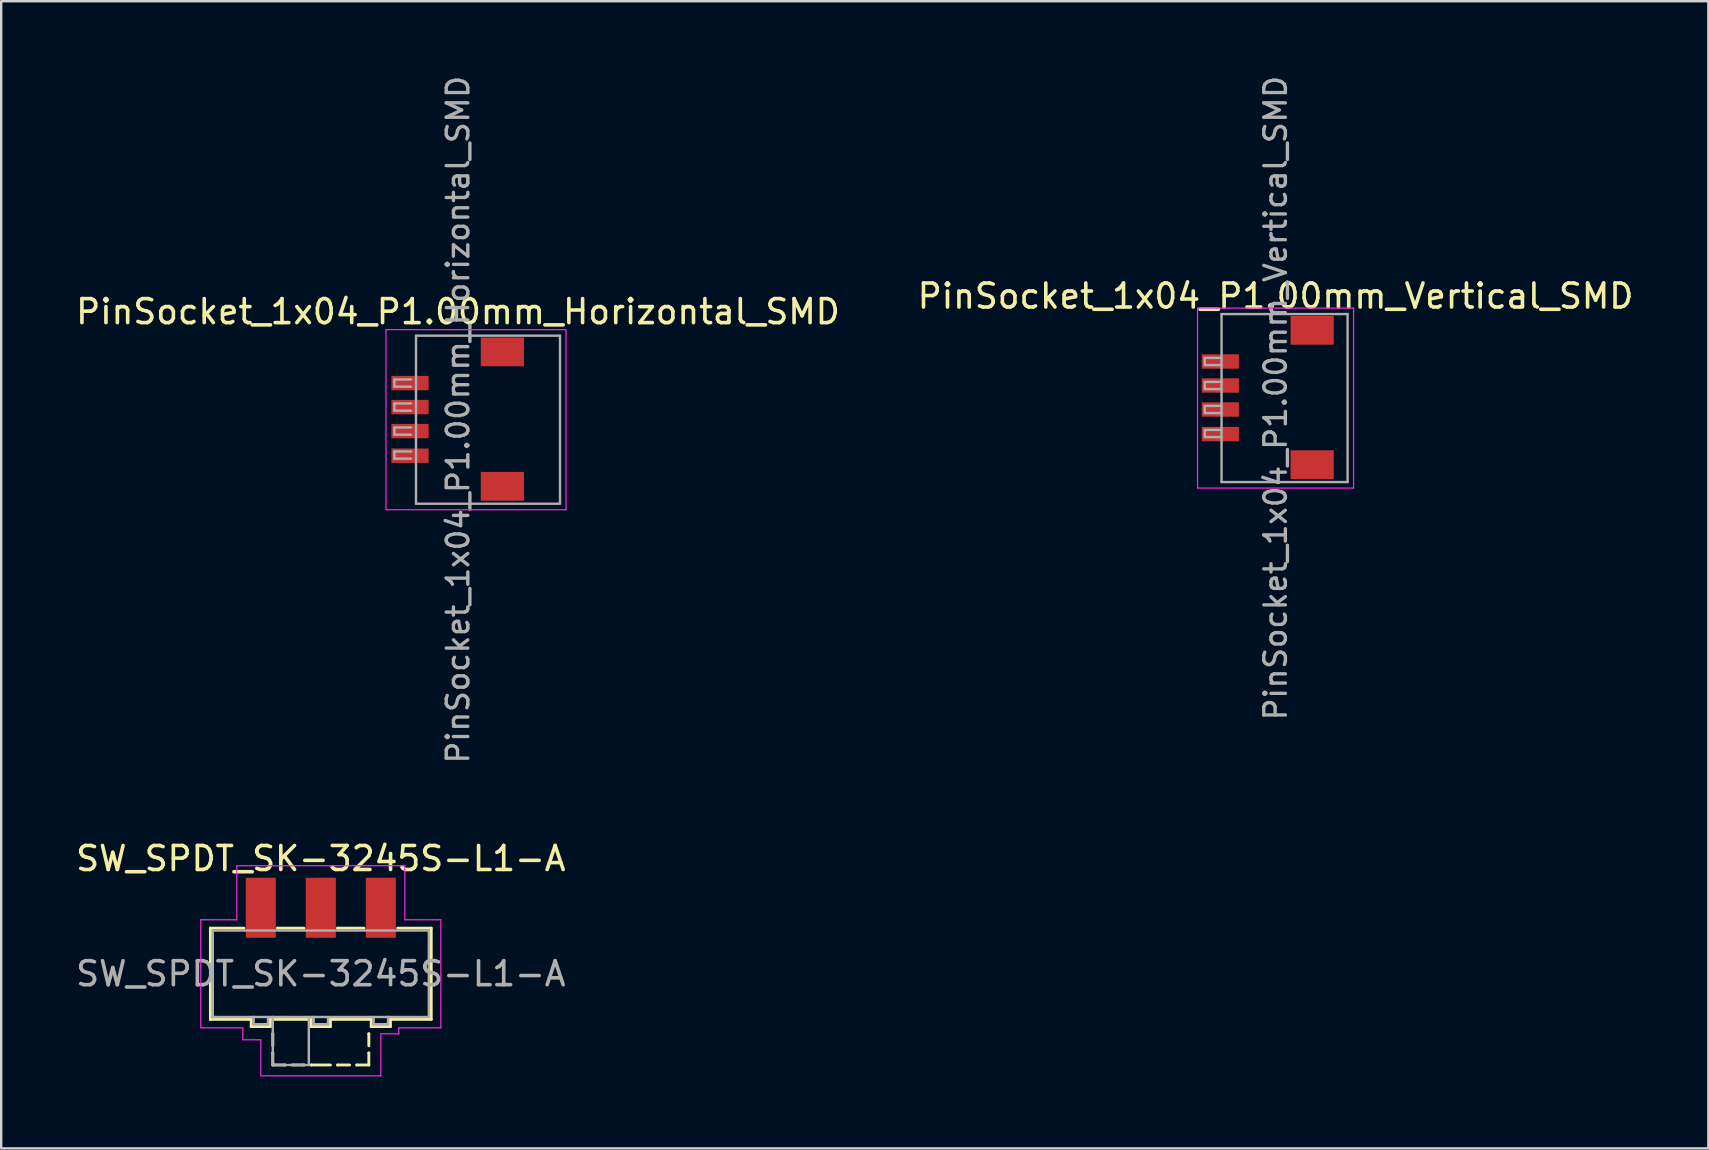
<source format=kicad_pcb>
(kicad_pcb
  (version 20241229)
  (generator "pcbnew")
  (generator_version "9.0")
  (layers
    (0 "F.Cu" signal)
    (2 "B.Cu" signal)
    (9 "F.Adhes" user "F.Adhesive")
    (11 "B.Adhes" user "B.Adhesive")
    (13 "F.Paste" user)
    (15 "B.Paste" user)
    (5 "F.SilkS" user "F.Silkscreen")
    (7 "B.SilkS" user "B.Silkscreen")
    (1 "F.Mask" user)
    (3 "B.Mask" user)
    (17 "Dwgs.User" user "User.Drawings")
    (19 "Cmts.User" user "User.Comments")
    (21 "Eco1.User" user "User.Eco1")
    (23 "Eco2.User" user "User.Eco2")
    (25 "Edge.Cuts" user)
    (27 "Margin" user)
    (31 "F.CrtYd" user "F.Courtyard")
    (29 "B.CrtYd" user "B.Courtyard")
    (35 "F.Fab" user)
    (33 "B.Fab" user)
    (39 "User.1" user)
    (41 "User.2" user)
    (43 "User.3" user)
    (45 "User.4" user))
  (footprint "SW_SPDT_SK-3245S-L1-A"
    (layer "F.Cu")
    (at 10.315 37.517)
    (property "Reference" "SW_SPDT_SK-3245S-L1-A" (at 0 -4.8 0) (layer "F.SilkS") (effects (font (size 1 1) (thickness 0.15))))
    (attr smd)
    (fp_line (start -4.6 -1.9) (end -3.2 -1.9) (stroke (width 0.12) (type solid)) (layer "F.SilkS"))
    (fp_line (start -4.6 1.9) (end -4.6 -1.9) (stroke (width 0.12) (type solid)) (layer "F.SilkS"))
    (fp_line (start -4.6 1.9) (end -4.6 1.9) (stroke (width 0.12) (type solid)) (layer "F.SilkS"))
    (fp_line (start -2.9 1.9) (end -4.6 1.9) (stroke (width 0.12) (type solid)) (layer "F.SilkS"))
    (fp_line (start -2.9 2.2) (end -2.9 1.9) (stroke (width 0.12) (type solid)) (layer "F.SilkS"))
    (fp_line (start -2.1 1.9) (end -2.1 2.2) (stroke (width 0.12) (type solid)) (layer "F.SilkS"))
    (fp_line (start -2.1 2.2) (end -2.9 2.2) (stroke (width 0.12) (type solid)) (layer "F.SilkS"))
    (fp_line (start -2 2.5) (end -2 2.5) (stroke (width 0.12) (type solid)) (layer "F.SilkS"))
    (fp_line (start -2 3) (end -2 2.5) (stroke (width 0.12) (type solid)) (layer "F.SilkS"))
    (fp_line (start -2 3.3) (end -2 3.3) (stroke (width 0.12) (type solid)) (layer "F.SilkS"))
    (fp_line (start -2 3.8) (end -2 3.3) (stroke (width 0.12) (type solid)) (layer "F.SilkS"))
    (fp_line (start -2 3.8) (end -1.5 3.8) (stroke (width 0.12) (type solid)) (layer "F.SilkS"))
    (fp_line (start -1.8 -1.9) (end -1.8 -1.9) (stroke (width 0.12) (type solid)) (layer "F.SilkS"))
    (fp_line (start -1.5 3.8) (end -1.5 3.8) (stroke (width 0.12) (type solid)) (layer "F.SilkS"))
    (fp_line (start -1.2 3.8) (end -0.7 3.8) (stroke (width 0.12) (type solid)) (layer "F.SilkS"))
    (fp_line (start -0.7 -1.9) (end -1.8 -1.9) (stroke (width 0.12) (type solid)) (layer "F.SilkS"))
    (fp_line (start -0.7 3.8) (end -0.7 3.8) (stroke (width 0.12) (type solid)) (layer "F.SilkS"))
    (fp_line (start -0.4 1.9) (end -2.1 1.9) (stroke (width 0.12) (type solid)) (layer "F.SilkS"))
    (fp_line (start -0.4 2.2) (end -0.4 1.9) (stroke (width 0.12) (type solid)) (layer "F.SilkS"))
    (fp_line (start -0.4 3.8) (end -0.4 3.8) (stroke (width 0.12) (type solid)) (layer "F.SilkS"))
    (fp_line (start 0.4 1.9) (end 0.4 2.2) (stroke (width 0.12) (type solid)) (layer "F.SilkS"))
    (fp_line (start 0.4 2.2) (end -0.4 2.2) (stroke (width 0.12) (type solid)) (layer "F.SilkS"))
    (fp_line (start 0.4 3.8) (end -0.4 3.8) (stroke (width 0.12) (type solid)) (layer "F.SilkS"))
    (fp_line (start 0.7 -1.9) (end 0.7 -1.9) (stroke (width 0.12) (type solid)) (layer "F.SilkS"))
    (fp_line (start 0.7 3.8) (end 0.7 3.8) (stroke (width 0.12) (type solid)) (layer "F.SilkS"))
    (fp_line (start 1.2 3.8) (end 0.7 3.8) (stroke (width 0.12) (type solid)) (layer "F.SilkS"))
    (fp_line (start 1.5 3.8) (end 1.5 3.8) (stroke (width 0.12) (type solid)) (layer "F.SilkS"))
    (fp_line (start 1.8 -1.9) (end 0.7 -1.9) (stroke (width 0.12) (type solid)) (layer "F.SilkS"))
    (fp_line (start 2 2.5) (end 2 2.5) (stroke (width 0.12) (type solid)) (layer "F.SilkS"))
    (fp_line (start 2 3) (end 2 2.5) (stroke (width 0.12) (type solid)) (layer "F.SilkS"))
    (fp_line (start 2 3.3) (end 2 3.3) (stroke (width 0.12) (type solid)) (layer "F.SilkS"))
    (fp_line (start 2 3.8) (end 1.5 3.8) (stroke (width 0.12) (type solid)) (layer "F.SilkS"))
    (fp_line (start 2 3.8) (end 2 3.3) (stroke (width 0.12) (type solid)) (layer "F.SilkS"))
    (fp_line (start 2.1 1.9) (end 0.4 1.9) (stroke (width 0.12) (type solid)) (layer "F.SilkS"))
    (fp_line (start 2.1 2.2) (end 2.1 1.9) (stroke (width 0.12) (type solid)) (layer "F.SilkS"))
    (fp_line (start 2.9 1.9) (end 2.9 2.2) (stroke (width 0.12) (type solid)) (layer "F.SilkS"))
    (fp_line (start 2.9 2.2) (end 2.1 2.2) (stroke (width 0.12) (type solid)) (layer "F.SilkS"))
    (fp_line (start 3.2 -1.9) (end 4.6 -1.9) (stroke (width 0.12) (type solid)) (layer "F.SilkS"))
    (fp_line (start 4.6 -1.9) (end 4.6 1.9) (stroke (width 0.12) (type solid)) (layer "F.SilkS"))
    (fp_line (start 4.6 1.9) (end 2.9 1.9) (stroke (width 0.12) (type solid)) (layer "F.SilkS"))
    (fp_line (start -5 -2.25) (end -5 -2.25) (stroke (width 0.05) (type solid)) (layer "F.CrtYd"))
    (fp_line (start -5 -2.25) (end -5 2.25) (stroke (width 0.05) (type solid)) (layer "F.CrtYd"))
    (fp_line (start -5 2.25) (end -3.25 2.25) (stroke (width 0.05) (type solid)) (layer "F.CrtYd"))
    (fp_line (start -3.5 -4.5) (end -3.5 -2.25) (stroke (width 0.05) (type solid)) (layer "F.CrtYd"))
    (fp_line (start -3.5 -2.25) (end -5 -2.25) (stroke (width 0.05) (type solid)) (layer "F.CrtYd"))
    (fp_line (start -3.25 2.25) (end -3.25 2.75) (stroke (width 0.05) (type solid)) (layer "F.CrtYd"))
    (fp_line (start -3.25 2.75) (end -2.5 2.75) (stroke (width 0.05) (type solid)) (layer "F.CrtYd"))
    (fp_line (start -2.5 2.75) (end -2.5 4.25) (stroke (width 0.05) (type solid)) (layer "F.CrtYd"))
    (fp_line (start -2.5 4.25) (end 2.5 4.25) (stroke (width 0.05) (type solid)) (layer "F.CrtYd"))
    (fp_line (start 2.5 2.5) (end 3.25 2.5) (stroke (width 0.05) (type solid)) (layer "F.CrtYd"))
    (fp_line (start 2.5 4.25) (end 2.5 2.5) (stroke (width 0.05) (type solid)) (layer "F.CrtYd"))
    (fp_line (start 3.25 2.25) (end 5 2.25) (stroke (width 0.05) (type solid)) (layer "F.CrtYd"))
    (fp_line (start 3.25 2.5) (end 3.25 2.25) (stroke (width 0.05) (type solid)) (layer "F.CrtYd"))
    (fp_line (start 3.5 -4.5) (end -3.5 -4.5) (stroke (width 0.05) (type solid)) (layer "F.CrtYd"))
    (fp_line (start 3.5 -2.25) (end 3.5 -4.5) (stroke (width 0.05) (type solid)) (layer "F.CrtYd"))
    (fp_line (start 5 -2.25) (end 3.5 -2.25) (stroke (width 0.05) (type solid)) (layer "F.CrtYd"))
    (fp_line (start 5 2.25) (end 5 -2.25) (stroke (width 0.05) (type solid)) (layer "F.CrtYd"))
    (fp_line (start -4.5 -1.8) (end -4.5 1.8) (stroke (width 0.1) (type solid)) (layer "F.Fab"))
    (fp_line (start -4.5 -1.8) (end 4.5 -1.8) (stroke (width 0.1) (type solid)) (layer "F.Fab"))
    (fp_line (start -4.5 1.8) (end -4.5 1.8) (stroke (width 0.1) (type solid)) (layer "F.Fab"))
    (fp_line (start -4.5 1.8) (end -4.5 1.8) (stroke (width 0.1) (type solid)) (layer "F.Fab"))
    (fp_line (start -4.4 1.8) (end -4.5 1.8) (stroke (width 0.1) (type solid)) (layer "F.Fab"))
    (fp_line (start -2.8 1.8) (end -2.8 1.8) (stroke (width 0.1) (type solid)) (layer "F.Fab"))
    (fp_line (start -2.8 2.1) (end -2.8 1.8) (stroke (width 0.1) (type solid)) (layer "F.Fab"))
    (fp_line (start -2.2 1.8) (end -2.2 2.1) (stroke (width 0.1) (type solid)) (layer "F.Fab"))
    (fp_line (start -2.2 2.1) (end -2.8 2.1) (stroke (width 0.1) (type solid)) (layer "F.Fab"))
    (fp_line (start -2 1.8) (end -2 1.8) (stroke (width 0.1) (type solid)) (layer "F.Fab"))
    (fp_line (start -2 3.8) (end -2 1.8) (stroke (width 0.1) (type solid)) (layer "F.Fab"))
    (fp_line (start -1.5 1.8) (end -1.5 1.8) (stroke (width 0.1) (type solid)) (layer "F.Fab"))
    (fp_line (start -0.5 1.8) (end -0.5 3.8) (stroke (width 0.1) (type solid)) (layer "F.Fab"))
    (fp_line (start -0.5 3.8) (end -2 3.8) (stroke (width 0.1) (type solid)) (layer "F.Fab"))
    (fp_line (start -0.3 1.8) (end -0.3 1.8) (stroke (width 0.1) (type solid)) (layer "F.Fab"))
    (fp_line (start -0.3 2.1) (end -0.3 1.8) (stroke (width 0.1) (type solid)) (layer "F.Fab"))
    (fp_line (start 0.3 1.8) (end 0.3 2.1) (stroke (width 0.1) (type solid)) (layer "F.Fab"))
    (fp_line (start 0.3 2.1) (end -0.3 2.1) (stroke (width 0.1) (type solid)) (layer "F.Fab"))
    (fp_line (start 2.2 1.8) (end 2.2 2.1) (stroke (width 0.1) (type solid)) (layer "F.Fab"))
    (fp_line (start 2.2 2.1) (end 2.8 2.1) (stroke (width 0.1) (type solid)) (layer "F.Fab"))
    (fp_line (start 2.8 1.8) (end 2.8 1.8) (stroke (width 0.1) (type solid)) (layer "F.Fab"))
    (fp_line (start 2.8 2.1) (end 2.8 1.8) (stroke (width 0.1) (type solid)) (layer "F.Fab"))
    (fp_line (start 4.5 -1.8) (end 4.5 1.8) (stroke (width 0.1) (type solid)) (layer "F.Fab"))
    (fp_line (start 4.5 1.8) (end -4.4 1.8) (stroke (width 0.1) (type solid)) (layer "F.Fab"))
    (fp_text user "${REFERENCE}" (at 0 0 0) (layer "F.Fab") (effects (font (size 1 1) (thickness 0.15))))
    (pad "1" smd rect (at -2.5 -2.75) (size 1.25 2.5) (layers "F.Cu" "F.Mask" "F.Paste"))
    (pad "2" smd rect (at 0 -2.75) (size 1.25 2.5) (layers "F.Cu" "F.Mask" "F.Paste"))
    (pad "3" smd rect (at 2.5 -2.75) (size 1.25 2.5) (layers "F.Cu" "F.Mask" "F.Paste")))
  (footprint "PinSocket_1x04_P1.00mm_Horizontal_SMD"
    (layer "F.Cu")
    (at 16.03 14.434)
    (property "Reference" "PinSocket_1x04_P1.00mm_Horizontal_SMD" (at 0 -4.5 0) (layer "F.SilkS") (effects (font (size 1 1) (thickness 0.15))))
    (attr smd)
    (fp_line (start -3 -3.75) (end 4.5 -3.75) (stroke (width 0.05) (type solid)) (layer "F.CrtYd"))
    (fp_line (start -3 3.75) (end -3 -3.75) (stroke (width 0.05) (type solid)) (layer "F.CrtYd"))
    (fp_line (start 4.5 -3.75) (end 4.5 3.75) (stroke (width 0.05) (type solid)) (layer "F.CrtYd"))
    (fp_line (start 4.5 3.75) (end -3 3.75) (stroke (width 0.05) (type solid)) (layer "F.CrtYd"))
    (fp_line (start -2.65 -1.675) (end -1.95 -1.675) (stroke (width 0.1) (type solid)) (layer "F.Fab"))
    (fp_line (start -2.65 -1.375) (end -2.65 -1.675) (stroke (width 0.1) (type solid)) (layer "F.Fab"))
    (fp_line (start -2.65 -0.675) (end -2.65 -0.375) (stroke (width 0.1) (type solid)) (layer "F.Fab"))
    (fp_line (start -2.65 -0.675) (end -1.95 -0.675) (stroke (width 0.1) (type solid)) (layer "F.Fab"))
    (fp_line (start -2.65 0.325) (end -1.95 0.325) (stroke (width 0.1) (type solid)) (layer "F.Fab"))
    (fp_line (start -2.65 0.625) (end -2.65 0.325) (stroke (width 0.1) (type solid)) (layer "F.Fab"))
    (fp_line (start -2.65 1.325) (end -2.65 1.625) (stroke (width 0.1) (type solid)) (layer "F.Fab"))
    (fp_line (start -2.65 1.325) (end -1.95 1.325) (stroke (width 0.1) (type solid)) (layer "F.Fab"))
    (fp_line (start -1.95 -1.375) (end -2.65 -1.375) (stroke (width 0.1) (type solid)) (layer "F.Fab"))
    (fp_line (start -1.95 -0.375) (end -2.65 -0.375) (stroke (width 0.1) (type solid)) (layer "F.Fab"))
    (fp_line (start -1.95 0.625) (end -2.65 0.625) (stroke (width 0.1) (type solid)) (layer "F.Fab"))
    (fp_line (start -1.95 1.625) (end -2.65 1.625) (stroke (width 0.1) (type solid)) (layer "F.Fab"))
    (fp_line (start -1.75 -3.5) (end 4.25 -3.5) (stroke (width 0.1) (type solid)) (layer "F.Fab"))
    (fp_line (start -1.75 3.5) (end -1.75 -3.5) (stroke (width 0.1) (type solid)) (layer "F.Fab"))
    (fp_line (start 4.25 -3.5) (end 4.25 3.5) (stroke (width 0.1) (type solid)) (layer "F.Fab"))
    (fp_line (start 4.25 3.5) (end -1.75 3.5) (stroke (width 0.1) (type solid)) (layer "F.Fab"))
    (fp_text user "${REFERENCE}" (at 0 0 90) (layer "F.Fab") (effects (font (size 0.9 0.9) (thickness 0.14))))
    (pad "1" smd rect (at -2 1.5) (size 1.55 0.6) (layers "F.Cu" "F.Mask" "F.Paste"))
    (pad "2" smd rect (at -2 0.475) (size 1.55 0.6) (layers "F.Cu" "F.Mask" "F.Paste"))
    (pad "3" smd rect (at -2 -0.525) (size 1.55 0.6) (layers "F.Cu" "F.Mask" "F.Paste"))
    (pad "4" smd rect (at -2 -1.525) (size 1.55 0.6) (layers "F.Cu" "F.Mask" "F.Paste"))
    (pad "5" smd rect (at 1.85 -2.825) (size 1.8 1.2) (layers "F.Cu" "F.Mask" "F.Paste"))
    (pad "6" smd rect (at 1.85 2.775) (size 1.8 1.2) (layers "F.Cu" "F.Mask" "F.Paste")))
  (footprint "PinSocket_1x04_P1.00mm_Vertical_SMD"
    (layer "F.Cu")
    (at 50.089 13.534)
    (property "Reference" "PinSocket_1x04_P1.00mm_Vertical_SMD" (at 0 -4.25 0) (layer "F.SilkS") (effects (font (size 1 1) (thickness 0.15))))
    (attr smd)
    (fp_line (start -3.25 -3.75) (end 3.25 -3.75) (stroke (width 0.05) (type solid)) (layer "F.CrtYd"))
    (fp_line (start -3.25 3.75) (end -3.25 -3.75) (stroke (width 0.05) (type solid)) (layer "F.CrtYd"))
    (fp_line (start 3.25 -3.75) (end 3.25 3.75) (stroke (width 0.05) (type solid)) (layer "F.CrtYd"))
    (fp_line (start 3.25 3.75) (end -3.25 3.75) (stroke (width 0.05) (type solid)) (layer "F.CrtYd"))
    (fp_line (start -2.95 -1.675) (end -2.25 -1.675) (stroke (width 0.1) (type solid)) (layer "F.Fab"))
    (fp_line (start -2.95 -1.375) (end -2.95 -1.675) (stroke (width 0.1) (type solid)) (layer "F.Fab"))
    (fp_line (start -2.95 -0.675) (end -2.95 -0.375) (stroke (width 0.1) (type solid)) (layer "F.Fab"))
    (fp_line (start -2.95 -0.675) (end -2.25 -0.675) (stroke (width 0.1) (type solid)) (layer "F.Fab"))
    (fp_line (start -2.95 0.325) (end -2.25 0.325) (stroke (width 0.1) (type solid)) (layer "F.Fab"))
    (fp_line (start -2.95 0.625) (end -2.95 0.325) (stroke (width 0.1) (type solid)) (layer "F.Fab"))
    (fp_line (start -2.95 1.325) (end -2.95 1.625) (stroke (width 0.1) (type solid)) (layer "F.Fab"))
    (fp_line (start -2.95 1.325) (end -2.25 1.325) (stroke (width 0.1) (type solid)) (layer "F.Fab"))
    (fp_line (start -2.25 -3.5) (end 3 -3.5) (stroke (width 0.1) (type solid)) (layer "F.Fab"))
    (fp_line (start -2.25 -1.375) (end -2.95 -1.375) (stroke (width 0.1) (type solid)) (layer "F.Fab"))
    (fp_line (start -2.25 -0.375) (end -2.95 -0.375) (stroke (width 0.1) (type solid)) (layer "F.Fab"))
    (fp_line (start -2.25 0.625) (end -2.95 0.625) (stroke (width 0.1) (type solid)) (layer "F.Fab"))
    (fp_line (start -2.25 1.625) (end -2.95 1.625) (stroke (width 0.1) (type solid)) (layer "F.Fab"))
    (fp_line (start -2.25 3.5) (end -2.25 -3.5) (stroke (width 0.1) (type solid)) (layer "F.Fab"))
    (fp_line (start 3 -3.5) (end 3 3.5) (stroke (width 0.1) (type solid)) (layer "F.Fab"))
    (fp_line (start 3 3.5) (end -2.25 3.5) (stroke (width 0.1) (type solid)) (layer "F.Fab"))
    (fp_text user "${REFERENCE}" (at 0 0 90) (layer "F.Fab") (effects (font (size 0.9 0.9) (thickness 0.14))))
    (pad "1" smd rect (at -2.3 1.5) (size 1.55 0.6) (layers "F.Cu" "F.Mask" "F.Paste"))
    (pad "2" smd rect (at -2.3 0.475) (size 1.55 0.6) (layers "F.Cu" "F.Mask" "F.Paste"))
    (pad "3" smd rect (at -2.3 -0.525) (size 1.55 0.6) (layers "F.Cu" "F.Mask" "F.Paste"))
    (pad "4" smd rect (at -2.3 -1.525) (size 1.55 0.6) (layers "F.Cu" "F.Mask" "F.Paste"))
    (pad "5" smd rect (at 1.525 -2.825) (size 1.8 1.2) (layers "F.Cu" "F.Mask" "F.Paste"))
    (pad "6" smd rect (at 1.525 2.775) (size 1.8 1.2) (layers "F.Cu" "F.Mask" "F.Paste")))
  (gr_rect
    (start -3 -3)
    (end 68.119 44.792)
    (stroke (width 0.1) (type default))
    (fill no)
    (layer "Edge.Cuts")))
</source>
